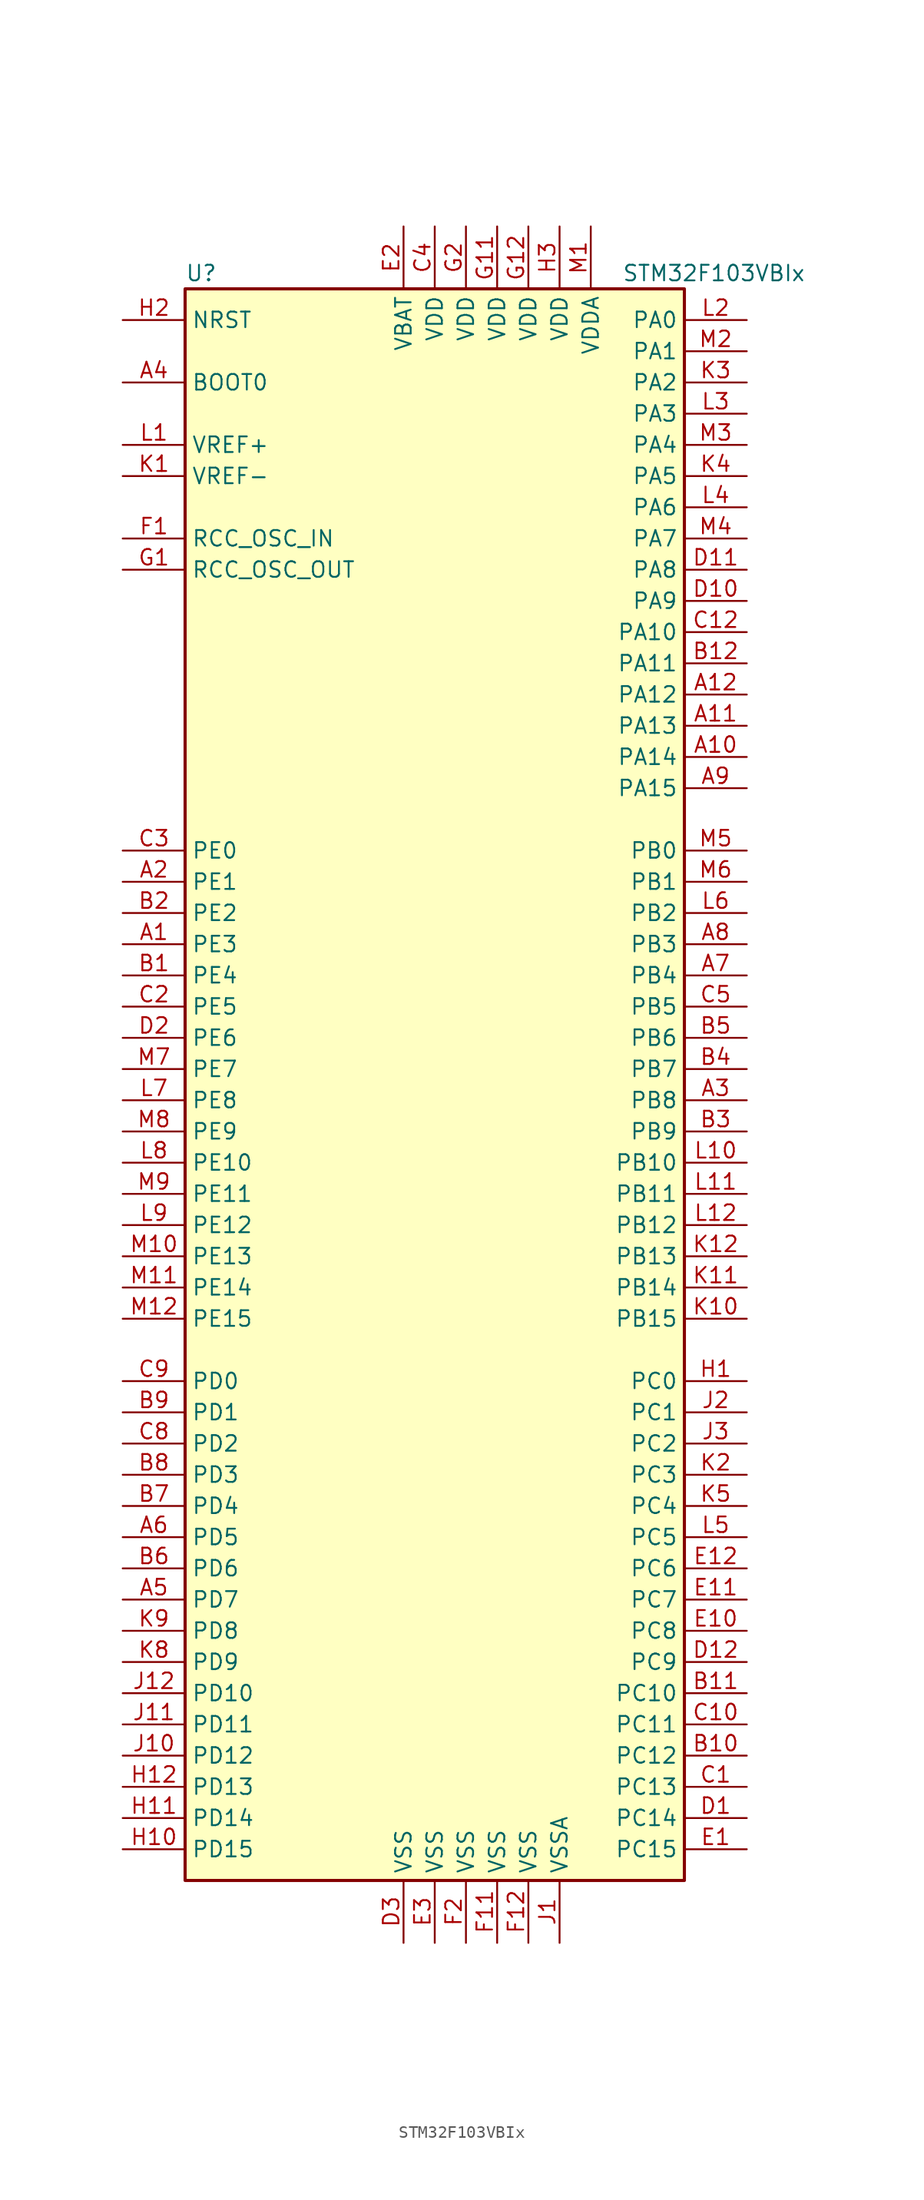
<source format=kicad_sym>
(kicad_symbol_lib
  (version 20211014)
  (generator kicad_symbol_editor)
  (symbol "STM32F103VBIx"
    (property "Reference" "U"
      (at -20.32 64.77 0)
      (effects (font (size 1.27 1.27)) (justify left)))
    (property "Value" "STM32F103VBIx"
      (at 15.24 64.77 0)
      (effects (font (size 1.27 1.27)) (justify left)))
    (symbol "STM32F103VBIx_0_1"
      (rectangle (start -20.32 -66.04) (end 20.32 63.5) (stroke (width 0.254) (type default) (color 0 0 0 0)) (fill (type background))))
    (symbol "STM32F103VBIx_1_1"
      (pin bidirectional line (at -25.4 10.16 0) (length 5.08) (name "PE3" (effects (font (size 1.27 1.27)))) (number "A1" (effects (font (size 1.27 1.27)))))
      (pin bidirectional line (at 25.4 25.4 180) (length 5.08) (name "PA14" (effects (font (size 1.27 1.27)))) (number "A10" (effects (font (size 1.27 1.27)))))
      (pin bidirectional line (at 25.4 27.94 180) (length 5.08) (name "PA13" (effects (font (size 1.27 1.27)))) (number "A11" (effects (font (size 1.27 1.27)))))
      (pin bidirectional line (at 25.4 30.48 180) (length 5.08) (name "PA12" (effects (font (size 1.27 1.27)))) (number "A12" (effects (font (size 1.27 1.27)))))
      (pin bidirectional line (at -25.4 15.24 0) (length 5.08) (name "PE1" (effects (font (size 1.27 1.27)))) (number "A2" (effects (font (size 1.27 1.27)))))
      (pin bidirectional line (at 25.4 -2.54 180) (length 5.08) (name "PB8" (effects (font (size 1.27 1.27)))) (number "A3" (effects (font (size 1.27 1.27)))))
      (pin input line (at -25.4 55.88 0) (length 5.08) (name "BOOT0" (effects (font (size 1.27 1.27)))) (number "A4" (effects (font (size 1.27 1.27)))))
      (pin bidirectional line (at -25.4 -43.18 0) (length 5.08) (name "PD7" (effects (font (size 1.27 1.27)))) (number "A5" (effects (font (size 1.27 1.27)))))
      (pin bidirectional line (at -25.4 -38.1 0) (length 5.08) (name "PD5" (effects (font (size 1.27 1.27)))) (number "A6" (effects (font (size 1.27 1.27)))))
      (pin bidirectional line (at 25.4 7.62 180) (length 5.08) (name "PB4" (effects (font (size 1.27 1.27)))) (number "A7" (effects (font (size 1.27 1.27)))))
      (pin bidirectional line (at 25.4 10.16 180) (length 5.08) (name "PB3" (effects (font (size 1.27 1.27)))) (number "A8" (effects (font (size 1.27 1.27)))))
      (pin bidirectional line (at 25.4 22.86 180) (length 5.08) (name "PA15" (effects (font (size 1.27 1.27)))) (number "A9" (effects (font (size 1.27 1.27)))))
      (pin bidirectional line (at -25.4 7.62 0) (length 5.08) (name "PE4" (effects (font (size 1.27 1.27)))) (number "B1" (effects (font (size 1.27 1.27)))))
      (pin bidirectional line (at 25.4 -55.88 180) (length 5.08) (name "PC12" (effects (font (size 1.27 1.27)))) (number "B10" (effects (font (size 1.27 1.27)))))
      (pin bidirectional line (at 25.4 -50.8 180) (length 5.08) (name "PC10" (effects (font (size 1.27 1.27)))) (number "B11" (effects (font (size 1.27 1.27)))))
      (pin bidirectional line (at 25.4 33.02 180) (length 5.08) (name "PA11" (effects (font (size 1.27 1.27)))) (number "B12" (effects (font (size 1.27 1.27)))))
      (pin bidirectional line (at -25.4 12.7 0) (length 5.08) (name "PE2" (effects (font (size 1.27 1.27)))) (number "B2" (effects (font (size 1.27 1.27)))))
      (pin bidirectional line (at 25.4 -5.08 180) (length 5.08) (name "PB9" (effects (font (size 1.27 1.27)))) (number "B3" (effects (font (size 1.27 1.27)))))
      (pin bidirectional line (at 25.4 0 180) (length 5.08) (name "PB7" (effects (font (size 1.27 1.27)))) (number "B4" (effects (font (size 1.27 1.27)))))
      (pin bidirectional line (at 25.4 2.54 180) (length 5.08) (name "PB6" (effects (font (size 1.27 1.27)))) (number "B5" (effects (font (size 1.27 1.27)))))
      (pin bidirectional line (at -25.4 -40.64 0) (length 5.08) (name "PD6" (effects (font (size 1.27 1.27)))) (number "B6" (effects (font (size 1.27 1.27)))))
      (pin bidirectional line (at -25.4 -35.56 0) (length 5.08) (name "PD4" (effects (font (size 1.27 1.27)))) (number "B7" (effects (font (size 1.27 1.27)))))
      (pin bidirectional line (at -25.4 -33.02 0) (length 5.08) (name "PD3" (effects (font (size 1.27 1.27)))) (number "B8" (effects (font (size 1.27 1.27)))))
      (pin bidirectional line (at -25.4 -27.94 0) (length 5.08) (name "PD1" (effects (font (size 1.27 1.27)))) (number "B9" (effects (font (size 1.27 1.27)))))
      (pin bidirectional line (at 25.4 -58.42 180) (length 5.08) (name "PC13" (effects (font (size 1.27 1.27)))) (number "C1" (effects (font (size 1.27 1.27)))))
      (pin bidirectional line (at 25.4 -53.34 180) (length 5.08) (name "PC11" (effects (font (size 1.27 1.27)))) (number "C10" (effects (font (size 1.27 1.27)))))
      (pin no_connect line (at -20.32 -63.5 0) (length 5.08) hide (name "NC" (effects (font (size 1.27 1.27)))) (number "C11" (effects (font (size 1.27 1.27)))))
      (pin bidirectional line (at 25.4 35.56 180) (length 5.08) (name "PA10" (effects (font (size 1.27 1.27)))) (number "C12" (effects (font (size 1.27 1.27)))))
      (pin bidirectional line (at -25.4 5.08 0) (length 5.08) (name "PE5" (effects (font (size 1.27 1.27)))) (number "C2" (effects (font (size 1.27 1.27)))))
      (pin bidirectional line (at -25.4 17.78 0) (length 5.08) (name "PE0" (effects (font (size 1.27 1.27)))) (number "C3" (effects (font (size 1.27 1.27)))))
      (pin power_in line (at 0 68.58 270) (length 5.08) (name "VDD" (effects (font (size 1.27 1.27)))) (number "C4" (effects (font (size 1.27 1.27)))))
      (pin bidirectional line (at 25.4 5.08 180) (length 5.08) (name "PB5" (effects (font (size 1.27 1.27)))) (number "C5" (effects (font (size 1.27 1.27)))))
      (pin bidirectional line (at -25.4 -30.48 0) (length 5.08) (name "PD2" (effects (font (size 1.27 1.27)))) (number "C8" (effects (font (size 1.27 1.27)))))
      (pin bidirectional line (at -25.4 -25.4 0) (length 5.08) (name "PD0" (effects (font (size 1.27 1.27)))) (number "C9" (effects (font (size 1.27 1.27)))))
      (pin bidirectional line (at 25.4 -60.96 180) (length 5.08) (name "PC14" (effects (font (size 1.27 1.27)))) (number "D1" (effects (font (size 1.27 1.27)))))
      (pin bidirectional line (at 25.4 38.1 180) (length 5.08) (name "PA9" (effects (font (size 1.27 1.27)))) (number "D10" (effects (font (size 1.27 1.27)))))
      (pin bidirectional line (at 25.4 40.64 180) (length 5.08) (name "PA8" (effects (font (size 1.27 1.27)))) (number "D11" (effects (font (size 1.27 1.27)))))
      (pin bidirectional line (at 25.4 -48.26 180) (length 5.08) (name "PC9" (effects (font (size 1.27 1.27)))) (number "D12" (effects (font (size 1.27 1.27)))))
      (pin bidirectional line (at -25.4 2.54 0) (length 5.08) (name "PE6" (effects (font (size 1.27 1.27)))) (number "D2" (effects (font (size 1.27 1.27)))))
      (pin power_in line (at -2.54 -71.12 90) (length 5.08) (name "VSS" (effects (font (size 1.27 1.27)))) (number "D3" (effects (font (size 1.27 1.27)))))
      (pin bidirectional line (at 25.4 -63.5 180) (length 5.08) (name "PC15" (effects (font (size 1.27 1.27)))) (number "E1" (effects (font (size 1.27 1.27)))))
      (pin bidirectional line (at 25.4 -45.72 180) (length 5.08) (name "PC8" (effects (font (size 1.27 1.27)))) (number "E10" (effects (font (size 1.27 1.27)))))
      (pin bidirectional line (at 25.4 -43.18 180) (length 5.08) (name "PC7" (effects (font (size 1.27 1.27)))) (number "E11" (effects (font (size 1.27 1.27)))))
      (pin bidirectional line (at 25.4 -40.64 180) (length 5.08) (name "PC6" (effects (font (size 1.27 1.27)))) (number "E12" (effects (font (size 1.27 1.27)))))
      (pin power_in line (at -2.54 68.58 270) (length 5.08) (name "VBAT" (effects (font (size 1.27 1.27)))) (number "E2" (effects (font (size 1.27 1.27)))))
      (pin power_in line (at 0 -71.12 90) (length 5.08) (name "VSS" (effects (font (size 1.27 1.27)))) (number "E3" (effects (font (size 1.27 1.27)))))
      (pin input line (at -25.4 43.18 0) (length 5.08) (name "RCC_OSC_IN" (effects (font (size 1.27 1.27)))) (number "F1" (effects (font (size 1.27 1.27)))))
      (pin power_in line (at 5.08 -71.12 90) (length 5.08) (name "VSS" (effects (font (size 1.27 1.27)))) (number "F11" (effects (font (size 1.27 1.27)))))
      (pin power_in line (at 7.62 -71.12 90) (length 5.08) (name "VSS" (effects (font (size 1.27 1.27)))) (number "F12" (effects (font (size 1.27 1.27)))))
      (pin power_in line (at 2.54 -71.12 90) (length 5.08) (name "VSS" (effects (font (size 1.27 1.27)))) (number "F2" (effects (font (size 1.27 1.27)))))
      (pin input line (at -25.4 40.64 0) (length 5.08) (name "RCC_OSC_OUT" (effects (font (size 1.27 1.27)))) (number "G1" (effects (font (size 1.27 1.27)))))
      (pin power_in line (at 5.08 68.58 270) (length 5.08) (name "VDD" (effects (font (size 1.27 1.27)))) (number "G11" (effects (font (size 1.27 1.27)))))
      (pin power_in line (at 7.62 68.58 270) (length 5.08) (name "VDD" (effects (font (size 1.27 1.27)))) (number "G12" (effects (font (size 1.27 1.27)))))
      (pin power_in line (at 2.54 68.58 270) (length 5.08) (name "VDD" (effects (font (size 1.27 1.27)))) (number "G2" (effects (font (size 1.27 1.27)))))
      (pin bidirectional line (at 25.4 -25.4 180) (length 5.08) (name "PC0" (effects (font (size 1.27 1.27)))) (number "H1" (effects (font (size 1.27 1.27)))))
      (pin bidirectional line (at -25.4 -63.5 0) (length 5.08) (name "PD15" (effects (font (size 1.27 1.27)))) (number "H10" (effects (font (size 1.27 1.27)))))
      (pin bidirectional line (at -25.4 -60.96 0) (length 5.08) (name "PD14" (effects (font (size 1.27 1.27)))) (number "H11" (effects (font (size 1.27 1.27)))))
      (pin bidirectional line (at -25.4 -58.42 0) (length 5.08) (name "PD13" (effects (font (size 1.27 1.27)))) (number "H12" (effects (font (size 1.27 1.27)))))
      (pin input line (at -25.4 60.96 0) (length 5.08) (name "NRST" (effects (font (size 1.27 1.27)))) (number "H2" (effects (font (size 1.27 1.27)))))
      (pin power_in line (at 10.16 68.58 270) (length 5.08) (name "VDD" (effects (font (size 1.27 1.27)))) (number "H3" (effects (font (size 1.27 1.27)))))
      (pin power_in line (at 10.16 -71.12 90) (length 5.08) (name "VSSA" (effects (font (size 1.27 1.27)))) (number "J1" (effects (font (size 1.27 1.27)))))
      (pin bidirectional line (at -25.4 -55.88 0) (length 5.08) (name "PD12" (effects (font (size 1.27 1.27)))) (number "J10" (effects (font (size 1.27 1.27)))))
      (pin bidirectional line (at -25.4 -53.34 0) (length 5.08) (name "PD11" (effects (font (size 1.27 1.27)))) (number "J11" (effects (font (size 1.27 1.27)))))
      (pin bidirectional line (at -25.4 -50.8 0) (length 5.08) (name "PD10" (effects (font (size 1.27 1.27)))) (number "J12" (effects (font (size 1.27 1.27)))))
      (pin bidirectional line (at 25.4 -27.94 180) (length 5.08) (name "PC1" (effects (font (size 1.27 1.27)))) (number "J2" (effects (font (size 1.27 1.27)))))
      (pin bidirectional line (at 25.4 -30.48 180) (length 5.08) (name "PC2" (effects (font (size 1.27 1.27)))) (number "J3" (effects (font (size 1.27 1.27)))))
      (pin power_in line (at -25.4 48.26 0) (length 5.08) (name "VREF-" (effects (font (size 1.27 1.27)))) (number "K1" (effects (font (size 1.27 1.27)))))
      (pin bidirectional line (at 25.4 -20.32 180) (length 5.08) (name "PB15" (effects (font (size 1.27 1.27)))) (number "K10" (effects (font (size 1.27 1.27)))))
      (pin bidirectional line (at 25.4 -17.78 180) (length 5.08) (name "PB14" (effects (font (size 1.27 1.27)))) (number "K11" (effects (font (size 1.27 1.27)))))
      (pin bidirectional line (at 25.4 -15.24 180) (length 5.08) (name "PB13" (effects (font (size 1.27 1.27)))) (number "K12" (effects (font (size 1.27 1.27)))))
      (pin bidirectional line (at 25.4 -33.02 180) (length 5.08) (name "PC3" (effects (font (size 1.27 1.27)))) (number "K2" (effects (font (size 1.27 1.27)))))
      (pin bidirectional line (at 25.4 55.88 180) (length 5.08) (name "PA2" (effects (font (size 1.27 1.27)))) (number "K3" (effects (font (size 1.27 1.27)))))
      (pin bidirectional line (at 25.4 48.26 180) (length 5.08) (name "PA5" (effects (font (size 1.27 1.27)))) (number "K4" (effects (font (size 1.27 1.27)))))
      (pin bidirectional line (at 25.4 -35.56 180) (length 5.08) (name "PC4" (effects (font (size 1.27 1.27)))) (number "K5" (effects (font (size 1.27 1.27)))))
      (pin bidirectional line (at -25.4 -48.26 0) (length 5.08) (name "PD9" (effects (font (size 1.27 1.27)))) (number "K8" (effects (font (size 1.27 1.27)))))
      (pin bidirectional line (at -25.4 -45.72 0) (length 5.08) (name "PD8" (effects (font (size 1.27 1.27)))) (number "K9" (effects (font (size 1.27 1.27)))))
      (pin power_in line (at -25.4 50.8 0) (length 5.08) (name "VREF+" (effects (font (size 1.27 1.27)))) (number "L1" (effects (font (size 1.27 1.27)))))
      (pin bidirectional line (at 25.4 -7.62 180) (length 5.08) (name "PB10" (effects (font (size 1.27 1.27)))) (number "L10" (effects (font (size 1.27 1.27)))))
      (pin bidirectional line (at 25.4 -10.16 180) (length 5.08) (name "PB11" (effects (font (size 1.27 1.27)))) (number "L11" (effects (font (size 1.27 1.27)))))
      (pin bidirectional line (at 25.4 -12.7 180) (length 5.08) (name "PB12" (effects (font (size 1.27 1.27)))) (number "L12" (effects (font (size 1.27 1.27)))))
      (pin bidirectional line (at 25.4 60.96 180) (length 5.08) (name "PA0" (effects (font (size 1.27 1.27)))) (number "L2" (effects (font (size 1.27 1.27)))))
      (pin bidirectional line (at 25.4 53.34 180) (length 5.08) (name "PA3" (effects (font (size 1.27 1.27)))) (number "L3" (effects (font (size 1.27 1.27)))))
      (pin bidirectional line (at 25.4 45.72 180) (length 5.08) (name "PA6" (effects (font (size 1.27 1.27)))) (number "L4" (effects (font (size 1.27 1.27)))))
      (pin bidirectional line (at 25.4 -38.1 180) (length 5.08) (name "PC5" (effects (font (size 1.27 1.27)))) (number "L5" (effects (font (size 1.27 1.27)))))
      (pin bidirectional line (at 25.4 12.7 180) (length 5.08) (name "PB2" (effects (font (size 1.27 1.27)))) (number "L6" (effects (font (size 1.27 1.27)))))
      (pin bidirectional line (at -25.4 -2.54 0) (length 5.08) (name "PE8" (effects (font (size 1.27 1.27)))) (number "L7" (effects (font (size 1.27 1.27)))))
      (pin bidirectional line (at -25.4 -7.62 0) (length 5.08) (name "PE10" (effects (font (size 1.27 1.27)))) (number "L8" (effects (font (size 1.27 1.27)))))
      (pin bidirectional line (at -25.4 -12.7 0) (length 5.08) (name "PE12" (effects (font (size 1.27 1.27)))) (number "L9" (effects (font (size 1.27 1.27)))))
      (pin power_in line (at 12.7 68.58 270) (length 5.08) (name "VDDA" (effects (font (size 1.27 1.27)))) (number "M1" (effects (font (size 1.27 1.27)))))
      (pin bidirectional line (at -25.4 -15.24 0) (length 5.08) (name "PE13" (effects (font (size 1.27 1.27)))) (number "M10" (effects (font (size 1.27 1.27)))))
      (pin bidirectional line (at -25.4 -17.78 0) (length 5.08) (name "PE14" (effects (font (size 1.27 1.27)))) (number "M11" (effects (font (size 1.27 1.27)))))
      (pin bidirectional line (at -25.4 -20.32 0) (length 5.08) (name "PE15" (effects (font (size 1.27 1.27)))) (number "M12" (effects (font (size 1.27 1.27)))))
      (pin bidirectional line (at 25.4 58.42 180) (length 5.08) (name "PA1" (effects (font (size 1.27 1.27)))) (number "M2" (effects (font (size 1.27 1.27)))))
      (pin bidirectional line (at 25.4 50.8 180) (length 5.08) (name "PA4" (effects (font (size 1.27 1.27)))) (number "M3" (effects (font (size 1.27 1.27)))))
      (pin bidirectional line (at 25.4 43.18 180) (length 5.08) (name "PA7" (effects (font (size 1.27 1.27)))) (number "M4" (effects (font (size 1.27 1.27)))))
      (pin bidirectional line (at 25.4 17.78 180) (length 5.08) (name "PB0" (effects (font (size 1.27 1.27)))) (number "M5" (effects (font (size 1.27 1.27)))))
      (pin bidirectional line (at 25.4 15.24 180) (length 5.08) (name "PB1" (effects (font (size 1.27 1.27)))) (number "M6" (effects (font (size 1.27 1.27)))))
      (pin bidirectional line (at -25.4 0 0) (length 5.08) (name "PE7" (effects (font (size 1.27 1.27)))) (number "M7" (effects (font (size 1.27 1.27)))))
      (pin bidirectional line (at -25.4 -5.08 0) (length 5.08) (name "PE9" (effects (font (size 1.27 1.27)))) (number "M8" (effects (font (size 1.27 1.27)))))
      (pin bidirectional line (at -25.4 -10.16 0) (length 5.08) (name "PE11" (effects (font (size 1.27 1.27)))) (number "M9" (effects (font (size 1.27 1.27))))))))
</source>
